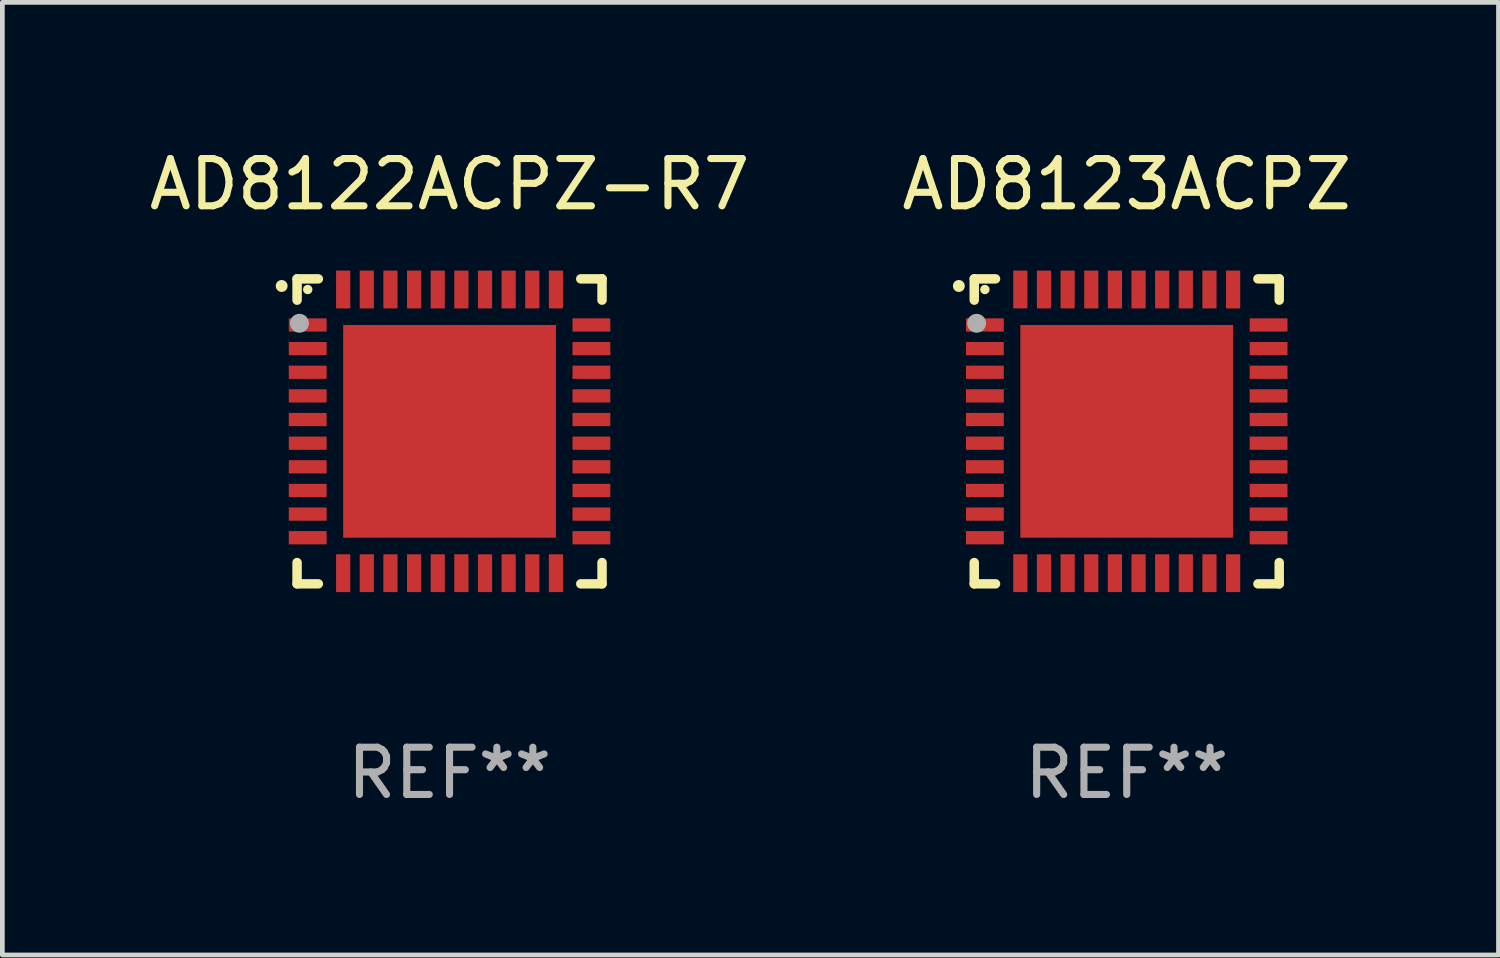
<source format=kicad_pcb>
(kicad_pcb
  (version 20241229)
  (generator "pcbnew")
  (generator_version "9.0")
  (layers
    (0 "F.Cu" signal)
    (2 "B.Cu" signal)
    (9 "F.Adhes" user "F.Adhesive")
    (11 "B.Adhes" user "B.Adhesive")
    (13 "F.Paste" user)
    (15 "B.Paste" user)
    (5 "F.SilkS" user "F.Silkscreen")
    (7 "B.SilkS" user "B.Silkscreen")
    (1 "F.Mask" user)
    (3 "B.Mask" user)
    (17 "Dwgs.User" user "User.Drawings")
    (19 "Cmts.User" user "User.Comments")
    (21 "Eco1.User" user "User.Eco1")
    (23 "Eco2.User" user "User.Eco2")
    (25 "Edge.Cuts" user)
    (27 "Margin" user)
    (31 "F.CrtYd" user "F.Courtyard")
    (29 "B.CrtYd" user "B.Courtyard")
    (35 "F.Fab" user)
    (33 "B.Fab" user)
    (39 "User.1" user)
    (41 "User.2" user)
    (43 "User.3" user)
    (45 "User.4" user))
  (footprint "AD8123ACPZ"
    (layer "F.Cu")
    (at 20.78 6.073)
    (property "Reference" "AD8123ACPZ" (at 0 -5.225 0) (layer "F.SilkS") (effects (font (size 1 1) (thickness 0.15))))
    (attr through_hole)
    (fp_line (start -3.225 -3.225) (end -2.775 -3.225) (stroke (width 0.2) (type solid)) (layer "F.SilkS"))
    (fp_line (start -3.225 -2.775) (end -3.225 -3.225) (stroke (width 0.2) (type solid)) (layer "F.SilkS"))
    (fp_line (start -3.225 2.775) (end -3.225 3.225) (stroke (width 0.2) (type solid)) (layer "F.SilkS"))
    (fp_line (start -3.225 3.225) (end -2.775 3.225) (stroke (width 0.2) (type solid)) (layer "F.SilkS"))
    (fp_line (start 2.775 -3.225) (end 3.225 -3.225) (stroke (width 0.2) (type solid)) (layer "F.SilkS"))
    (fp_line (start 2.775 3.225) (end 3.225 3.225) (stroke (width 0.2) (type solid)) (layer "F.SilkS"))
    (fp_line (start 3.225 -3.225) (end 3.225 -2.775) (stroke (width 0.2) (type solid)) (layer "F.SilkS"))
    (fp_line (start 3.225 3.225) (end 3.225 2.775) (stroke (width 0.2) (type solid)) (layer "F.SilkS"))
    (fp_arc (start -3.55094 -3.073406) (mid -3.550946 -3.074676) (end -3.55094 -3.075946) (stroke (width 0.25) (type solid)) (layer "F.SilkS"))
    (fp_circle (center -3 -3) (end -2.95 -3) (stroke (width 0.1) (type solid)) (fill no) (layer "F.SilkS"))
    (fp_circle (center -3.175 -2.286) (end -3.075 -2.286) (stroke (width 0.2) (type solid)) (fill no) (layer "F.Fab"))
    (fp_text user "REF**" (at 0 7.225 0) (layer "F.Fab") (effects (font (size 1 1) (thickness 0.15))))
    (pad "1" smd rect (at -3 -2.25) (size 0.8 0.28) (layers "F.Cu" "F.Mask" "F.Paste"))
    (pad "2" smd rect (at -3 -1.75) (size 0.8 0.28) (layers "F.Cu" "F.Mask" "F.Paste"))
    (pad "3" smd rect (at -3 -1.25) (size 0.8 0.28) (layers "F.Cu" "F.Mask" "F.Paste"))
    (pad "4" smd rect (at -3 -0.75) (size 0.8 0.28) (layers "F.Cu" "F.Mask" "F.Paste"))
    (pad "5" smd rect (at -3 -0.25) (size 0.8 0.28) (layers "F.Cu" "F.Mask" "F.Paste"))
    (pad "6" smd rect (at -3 0.25) (size 0.8 0.28) (layers "F.Cu" "F.Mask" "F.Paste"))
    (pad "7" smd rect (at -3 0.75) (size 0.8 0.28) (layers "F.Cu" "F.Mask" "F.Paste"))
    (pad "8" smd rect (at -3 1.25) (size 0.8 0.28) (layers "F.Cu" "F.Mask" "F.Paste"))
    (pad "9" smd rect (at -3 1.75) (size 0.8 0.28) (layers "F.Cu" "F.Mask" "F.Paste"))
    (pad "10" smd rect (at -3 2.25) (size 0.8 0.28) (layers "F.Cu" "F.Mask" "F.Paste"))
    (pad "11" smd rect (at -2.25 3) (size 0.3 0.8) (layers "F.Cu" "F.Mask" "F.Paste"))
    (pad "12" smd rect (at -1.75 3) (size 0.3 0.8) (layers "F.Cu" "F.Mask" "F.Paste"))
    (pad "13" smd rect (at -1.25 3) (size 0.3 0.8) (layers "F.Cu" "F.Mask" "F.Paste"))
    (pad "14" smd rect (at -0.75 3) (size 0.3 0.8) (layers "F.Cu" "F.Mask" "F.Paste"))
    (pad "15" smd rect (at -0.25 3) (size 0.3 0.8) (layers "F.Cu" "F.Mask" "F.Paste"))
    (pad "16" smd rect (at 0.25 3) (size 0.3 0.8) (layers "F.Cu" "F.Mask" "F.Paste"))
    (pad "17" smd rect (at 0.75 3) (size 0.3 0.8) (layers "F.Cu" "F.Mask" "F.Paste"))
    (pad "18" smd rect (at 1.25 3) (size 0.3 0.8) (layers "F.Cu" "F.Mask" "F.Paste"))
    (pad "19" smd rect (at 1.75 3) (size 0.3 0.8) (layers "F.Cu" "F.Mask" "F.Paste"))
    (pad "20" smd rect (at 2.25 3) (size 0.3 0.8) (layers "F.Cu" "F.Mask" "F.Paste"))
    (pad "21" smd rect (at 3 2.25) (size 0.8 0.28) (layers "F.Cu" "F.Mask" "F.Paste"))
    (pad "22" smd rect (at 3 1.75) (size 0.8 0.28) (layers "F.Cu" "F.Mask" "F.Paste"))
    (pad "23" smd rect (at 3 1.25) (size 0.8 0.28) (layers "F.Cu" "F.Mask" "F.Paste"))
    (pad "24" smd rect (at 3 0.75) (size 0.8 0.28) (layers "F.Cu" "F.Mask" "F.Paste"))
    (pad "25" smd rect (at 3 0.25) (size 0.8 0.28) (layers "F.Cu" "F.Mask" "F.Paste"))
    (pad "26" smd rect (at 3 -0.25) (size 0.8 0.28) (layers "F.Cu" "F.Mask" "F.Paste"))
    (pad "27" smd rect (at 3 -0.75) (size 0.8 0.28) (layers "F.Cu" "F.Mask" "F.Paste"))
    (pad "28" smd rect (at 3 -1.25) (size 0.8 0.28) (layers "F.Cu" "F.Mask" "F.Paste"))
    (pad "29" smd rect (at 3 -1.75) (size 0.8 0.28) (layers "F.Cu" "F.Mask" "F.Paste"))
    (pad "30" smd rect (at 3 -2.25) (size 0.8 0.28) (layers "F.Cu" "F.Mask" "F.Paste"))
    (pad "31" smd rect (at 2.25 -3) (size 0.3 0.8) (layers "F.Cu" "F.Mask" "F.Paste"))
    (pad "32" smd rect (at 1.75 -3) (size 0.3 0.8) (layers "F.Cu" "F.Mask" "F.Paste"))
    (pad "33" smd rect (at 1.25 -3) (size 0.3 0.8) (layers "F.Cu" "F.Mask" "F.Paste"))
    (pad "34" smd rect (at 0.75 -3) (size 0.3 0.8) (layers "F.Cu" "F.Mask" "F.Paste"))
    (pad "35" smd rect (at 0.25 -3) (size 0.3 0.8) (layers "F.Cu" "F.Mask" "F.Paste"))
    (pad "36" smd rect (at -0.25 -3) (size 0.3 0.8) (layers "F.Cu" "F.Mask" "F.Paste"))
    (pad "37" smd rect (at -0.75 -3) (size 0.3 0.8) (layers "F.Cu" "F.Mask" "F.Paste"))
    (pad "38" smd rect (at -1.25 -3) (size 0.3 0.8) (layers "F.Cu" "F.Mask" "F.Paste"))
    (pad "39" smd rect (at -1.75 -3) (size 0.3 0.8) (layers "F.Cu" "F.Mask" "F.Paste"))
    (pad "40" smd rect (at -2.25 -3) (size 0.3 0.8) (layers "F.Cu" "F.Mask" "F.Paste"))
    (pad "41" smd rect (at -0.000013 0) (size 4.5 4.5) (layers "F.Cu" "F.Mask" "F.Paste")))
  (footprint "AD8122ACPZ-R7"
    (layer "F.Cu")
    (at 6.458 6.073)
    (property "Reference" "AD8122ACPZ-R7" (at 0 -5.225 0) (layer "F.SilkS") (effects (font (size 1 1) (thickness 0.15))))
    (attr through_hole)
    (fp_line (start -3.225 -3.225) (end -2.775 -3.225) (stroke (width 0.2) (type solid)) (layer "F.SilkS"))
    (fp_line (start -3.225 -2.775) (end -3.225 -3.225) (stroke (width 0.2) (type solid)) (layer "F.SilkS"))
    (fp_line (start -3.225 2.775) (end -3.225 3.225) (stroke (width 0.2) (type solid)) (layer "F.SilkS"))
    (fp_line (start -3.225 3.225) (end -2.775 3.225) (stroke (width 0.2) (type solid)) (layer "F.SilkS"))
    (fp_line (start 2.775 -3.225) (end 3.225 -3.225) (stroke (width 0.2) (type solid)) (layer "F.SilkS"))
    (fp_line (start 2.775 3.225) (end 3.225 3.225) (stroke (width 0.2) (type solid)) (layer "F.SilkS"))
    (fp_line (start 3.225 -3.225) (end 3.225 -2.775) (stroke (width 0.2) (type solid)) (layer "F.SilkS"))
    (fp_line (start 3.225 3.225) (end 3.225 2.775) (stroke (width 0.2) (type solid)) (layer "F.SilkS"))
    (fp_arc (start -3.55094 -3.073406) (mid -3.550946 -3.074676) (end -3.55094 -3.075946) (stroke (width 0.25) (type solid)) (layer "F.SilkS"))
    (fp_circle (center -3 -3) (end -2.95 -3) (stroke (width 0.1) (type solid)) (fill no) (layer "F.SilkS"))
    (fp_circle (center -3.175 -2.286) (end -3.075 -2.286) (stroke (width 0.2) (type solid)) (fill no) (layer "F.Fab"))
    (fp_text user "REF**" (at 0 7.225 0) (layer "F.Fab") (effects (font (size 1 1) (thickness 0.15))))
    (pad "1" smd rect (at -3 -2.25) (size 0.8 0.28) (layers "F.Cu" "F.Mask" "F.Paste"))
    (pad "2" smd rect (at -3 -1.75) (size 0.8 0.28) (layers "F.Cu" "F.Mask" "F.Paste"))
    (pad "3" smd rect (at -3 -1.25) (size 0.8 0.28) (layers "F.Cu" "F.Mask" "F.Paste"))
    (pad "4" smd rect (at -3 -0.75) (size 0.8 0.28) (layers "F.Cu" "F.Mask" "F.Paste"))
    (pad "5" smd rect (at -3 -0.25) (size 0.8 0.28) (layers "F.Cu" "F.Mask" "F.Paste"))
    (pad "6" smd rect (at -3 0.25) (size 0.8 0.28) (layers "F.Cu" "F.Mask" "F.Paste"))
    (pad "7" smd rect (at -3 0.75) (size 0.8 0.28) (layers "F.Cu" "F.Mask" "F.Paste"))
    (pad "8" smd rect (at -3 1.25) (size 0.8 0.28) (layers "F.Cu" "F.Mask" "F.Paste"))
    (pad "9" smd rect (at -3 1.75) (size 0.8 0.28) (layers "F.Cu" "F.Mask" "F.Paste"))
    (pad "10" smd rect (at -3 2.25) (size 0.8 0.28) (layers "F.Cu" "F.Mask" "F.Paste"))
    (pad "11" smd rect (at -2.25 3) (size 0.3 0.8) (layers "F.Cu" "F.Mask" "F.Paste"))
    (pad "12" smd rect (at -1.75 3) (size 0.3 0.8) (layers "F.Cu" "F.Mask" "F.Paste"))
    (pad "13" smd rect (at -1.25 3) (size 0.3 0.8) (layers "F.Cu" "F.Mask" "F.Paste"))
    (pad "14" smd rect (at -0.75 3) (size 0.3 0.8) (layers "F.Cu" "F.Mask" "F.Paste"))
    (pad "15" smd rect (at -0.25 3) (size 0.3 0.8) (layers "F.Cu" "F.Mask" "F.Paste"))
    (pad "16" smd rect (at 0.25 3) (size 0.3 0.8) (layers "F.Cu" "F.Mask" "F.Paste"))
    (pad "17" smd rect (at 0.75 3) (size 0.3 0.8) (layers "F.Cu" "F.Mask" "F.Paste"))
    (pad "18" smd rect (at 1.25 3) (size 0.3 0.8) (layers "F.Cu" "F.Mask" "F.Paste"))
    (pad "19" smd rect (at 1.75 3) (size 0.3 0.8) (layers "F.Cu" "F.Mask" "F.Paste"))
    (pad "20" smd rect (at 2.25 3) (size 0.3 0.8) (layers "F.Cu" "F.Mask" "F.Paste"))
    (pad "21" smd rect (at 3 2.25) (size 0.8 0.28) (layers "F.Cu" "F.Mask" "F.Paste"))
    (pad "22" smd rect (at 3 1.75) (size 0.8 0.28) (layers "F.Cu" "F.Mask" "F.Paste"))
    (pad "23" smd rect (at 3 1.25) (size 0.8 0.28) (layers "F.Cu" "F.Mask" "F.Paste"))
    (pad "24" smd rect (at 3 0.75) (size 0.8 0.28) (layers "F.Cu" "F.Mask" "F.Paste"))
    (pad "25" smd rect (at 3 0.25) (size 0.8 0.28) (layers "F.Cu" "F.Mask" "F.Paste"))
    (pad "26" smd rect (at 3 -0.25) (size 0.8 0.28) (layers "F.Cu" "F.Mask" "F.Paste"))
    (pad "27" smd rect (at 3 -0.75) (size 0.8 0.28) (layers "F.Cu" "F.Mask" "F.Paste"))
    (pad "28" smd rect (at 3 -1.25) (size 0.8 0.28) (layers "F.Cu" "F.Mask" "F.Paste"))
    (pad "29" smd rect (at 3 -1.75) (size 0.8 0.28) (layers "F.Cu" "F.Mask" "F.Paste"))
    (pad "30" smd rect (at 3 -2.25) (size 0.8 0.28) (layers "F.Cu" "F.Mask" "F.Paste"))
    (pad "31" smd rect (at 2.25 -3) (size 0.3 0.8) (layers "F.Cu" "F.Mask" "F.Paste"))
    (pad "32" smd rect (at 1.75 -3) (size 0.3 0.8) (layers "F.Cu" "F.Mask" "F.Paste"))
    (pad "33" smd rect (at 1.25 -3) (size 0.3 0.8) (layers "F.Cu" "F.Mask" "F.Paste"))
    (pad "34" smd rect (at 0.75 -3) (size 0.3 0.8) (layers "F.Cu" "F.Mask" "F.Paste"))
    (pad "35" smd rect (at 0.25 -3) (size 0.3 0.8) (layers "F.Cu" "F.Mask" "F.Paste"))
    (pad "36" smd rect (at -0.25 -3) (size 0.3 0.8) (layers "F.Cu" "F.Mask" "F.Paste"))
    (pad "37" smd rect (at -0.75 -3) (size 0.3 0.8) (layers "F.Cu" "F.Mask" "F.Paste"))
    (pad "38" smd rect (at -1.25 -3) (size 0.3 0.8) (layers "F.Cu" "F.Mask" "F.Paste"))
    (pad "39" smd rect (at -1.75 -3) (size 0.3 0.8) (layers "F.Cu" "F.Mask" "F.Paste"))
    (pad "40" smd rect (at -2.25 -3) (size 0.3 0.8) (layers "F.Cu" "F.Mask" "F.Paste"))
    (pad "41" smd rect (at -0.000013 0) (size 4.5 4.5) (layers "F.Cu" "F.Mask" "F.Paste")))
  (gr_rect
    (start -3 -3)
    (end 28.643 17.147)
    (stroke (width 0.1) (type default))
    (fill no)
    (layer "Edge.Cuts")))
</source>
